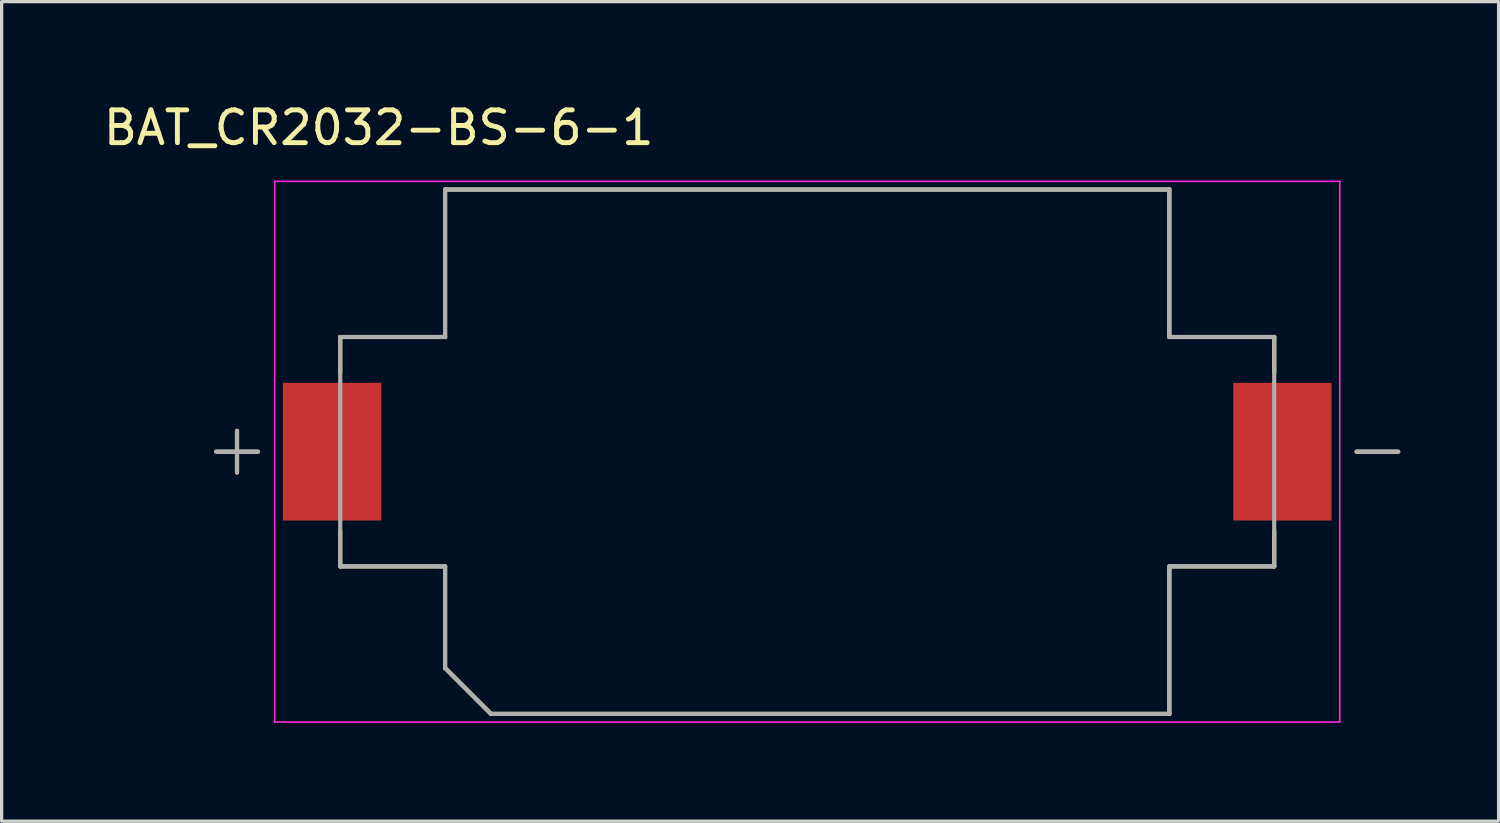
<source format=kicad_pcb>
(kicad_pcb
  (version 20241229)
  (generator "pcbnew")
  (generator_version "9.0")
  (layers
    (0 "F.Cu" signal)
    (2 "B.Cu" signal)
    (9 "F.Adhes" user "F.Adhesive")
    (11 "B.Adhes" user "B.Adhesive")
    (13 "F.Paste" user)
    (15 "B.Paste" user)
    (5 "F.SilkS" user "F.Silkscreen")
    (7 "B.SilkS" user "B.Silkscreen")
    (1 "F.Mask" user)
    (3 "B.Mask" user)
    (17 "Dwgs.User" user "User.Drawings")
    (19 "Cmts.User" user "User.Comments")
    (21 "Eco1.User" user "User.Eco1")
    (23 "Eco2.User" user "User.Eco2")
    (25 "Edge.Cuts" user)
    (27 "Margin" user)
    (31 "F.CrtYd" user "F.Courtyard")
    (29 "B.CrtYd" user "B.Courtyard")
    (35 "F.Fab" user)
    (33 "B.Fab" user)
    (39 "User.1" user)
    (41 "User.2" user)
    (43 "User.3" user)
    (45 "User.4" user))
  (footprint "BAT_CR2032-BS-6-1"
    (layer "F.Cu")
    (at 21.581 10.733)
    (property "Reference" "BAT_CR2032-BS-6-1" (at -13.075 -9.885 0) (layer "F.SilkS") (effects (font (size 1 1) (thickness 0.15))))
    (attr smd)
    (fp_line (start -17.399 0.635) (end -17.399 -0.635) (stroke (width 0.127) (type solid)) (layer "F.SilkS"))
    (fp_line (start -16.764 0) (end -18.034 0) (stroke (width 0.127) (type solid)) (layer "F.SilkS"))
    (fp_line (start -14.25 -3.5) (end -14.25 -2.42) (stroke (width 0.127) (type solid)) (layer "F.SilkS"))
    (fp_line (start -14.25 2.42) (end -14.25 3.5) (stroke (width 0.127) (type solid)) (layer "F.SilkS"))
    (fp_line (start -14.25 3.5) (end -11.05 3.5) (stroke (width 0.127) (type solid)) (layer "F.SilkS"))
    (fp_line (start -11.05 -8) (end 11.05 -8) (stroke (width 0.127) (type solid)) (layer "F.SilkS"))
    (fp_line (start -11.05 -3.5) (end -14.25 -3.5) (stroke (width 0.127) (type solid)) (layer "F.SilkS"))
    (fp_line (start -11.05 -3.5) (end -11.05 -8) (stroke (width 0.127) (type solid)) (layer "F.SilkS"))
    (fp_line (start -11.05 6.6) (end -11.05 3.5) (stroke (width 0.127) (type solid)) (layer "F.SilkS"))
    (fp_line (start -9.65 8) (end -11.05 6.6) (stroke (width 0.127) (type solid)) (layer "F.SilkS"))
    (fp_line (start 11.05 -8) (end 11.05 -3.5) (stroke (width 0.127) (type solid)) (layer "F.SilkS"))
    (fp_line (start 11.05 3.5) (end 11.05 8) (stroke (width 0.127) (type solid)) (layer "F.SilkS"))
    (fp_line (start 11.05 3.5) (end 14.25 3.5) (stroke (width 0.127) (type solid)) (layer "F.SilkS"))
    (fp_line (start 11.05 8) (end -9.65 8) (stroke (width 0.127) (type solid)) (layer "F.SilkS"))
    (fp_line (start 14.25 -3.5) (end 11.05 -3.5) (stroke (width 0.127) (type solid)) (layer "F.SilkS"))
    (fp_line (start 14.25 -3.5) (end 14.25 -2.42) (stroke (width 0.127) (type solid)) (layer "F.SilkS"))
    (fp_line (start 14.25 3.5) (end 14.25 2.42) (stroke (width 0.127) (type solid)) (layer "F.SilkS"))
    (fp_line (start 16.764 0) (end 18.034 0) (stroke (width 0.127) (type solid)) (layer "F.SilkS"))
    (fp_line (start -16.25 -8.25) (end -16.25 8.25) (stroke (width 0.05) (type solid)) (layer "F.CrtYd"))
    (fp_line (start -16.25 8.25) (end 16.25 8.25) (stroke (width 0.05) (type solid)) (layer "F.CrtYd"))
    (fp_line (start 16.25 -8.25) (end -16.25 -8.25) (stroke (width 0.05) (type solid)) (layer "F.CrtYd"))
    (fp_line (start 16.25 8.25) (end 16.25 -8.25) (stroke (width 0.05) (type solid)) (layer "F.CrtYd"))
    (fp_line (start -17.399 0.635) (end -17.399 -0.635) (stroke (width 0.127) (type solid)) (layer "F.Fab"))
    (fp_line (start -16.764 0) (end -18.034 0) (stroke (width 0.127) (type solid)) (layer "F.Fab"))
    (fp_line (start -14.25 -3.5) (end -14.25 3.5) (stroke (width 0.127) (type solid)) (layer "F.Fab"))
    (fp_line (start -14.25 3.5) (end -11.05 3.5) (stroke (width 0.127) (type solid)) (layer "F.Fab"))
    (fp_line (start -11.05 -8) (end 11.05 -8) (stroke (width 0.127) (type solid)) (layer "F.Fab"))
    (fp_line (start -11.05 -3.5) (end -14.25 -3.5) (stroke (width 0.127) (type solid)) (layer "F.Fab"))
    (fp_line (start -11.05 -3.5) (end -11.05 -8) (stroke (width 0.127) (type solid)) (layer "F.Fab"))
    (fp_line (start -11.05 6.6) (end -11.05 3.5) (stroke (width 0.127) (type solid)) (layer "F.Fab"))
    (fp_line (start -9.65 8) (end -11.05 6.6) (stroke (width 0.127) (type solid)) (layer "F.Fab"))
    (fp_line (start 11.05 -8) (end 11.05 -3.5) (stroke (width 0.127) (type solid)) (layer "F.Fab"))
    (fp_line (start 11.05 3.5) (end 11.05 8) (stroke (width 0.127) (type solid)) (layer "F.Fab"))
    (fp_line (start 11.05 3.5) (end 14.25 3.5) (stroke (width 0.127) (type solid)) (layer "F.Fab"))
    (fp_line (start 11.05 8) (end -9.65 8) (stroke (width 0.127) (type solid)) (layer "F.Fab"))
    (fp_line (start 14.25 -3.5) (end 11.05 -3.5) (stroke (width 0.127) (type solid)) (layer "F.Fab"))
    (fp_line (start 14.25 3.5) (end 14.25 -3.5) (stroke (width 0.127) (type solid)) (layer "F.Fab"))
    (fp_line (start 16.764 0) (end 18.034 0) (stroke (width 0.127) (type solid)) (layer "F.Fab"))
    (pad "1" smd rect (at -14.5 0) (size 3 4.2) (layers "F.Cu" "F.Mask" "F.Paste"))
    (pad "2" smd rect (at 14.5 0) (size 3 4.2) (layers "F.Cu" "F.Mask" "F.Paste")))
  (gr_rect
    (start -3 -3)
    (end 42.678 22.008)
    (stroke (width 0.1) (type default))
    (fill no)
    (layer "Edge.Cuts")))
</source>
